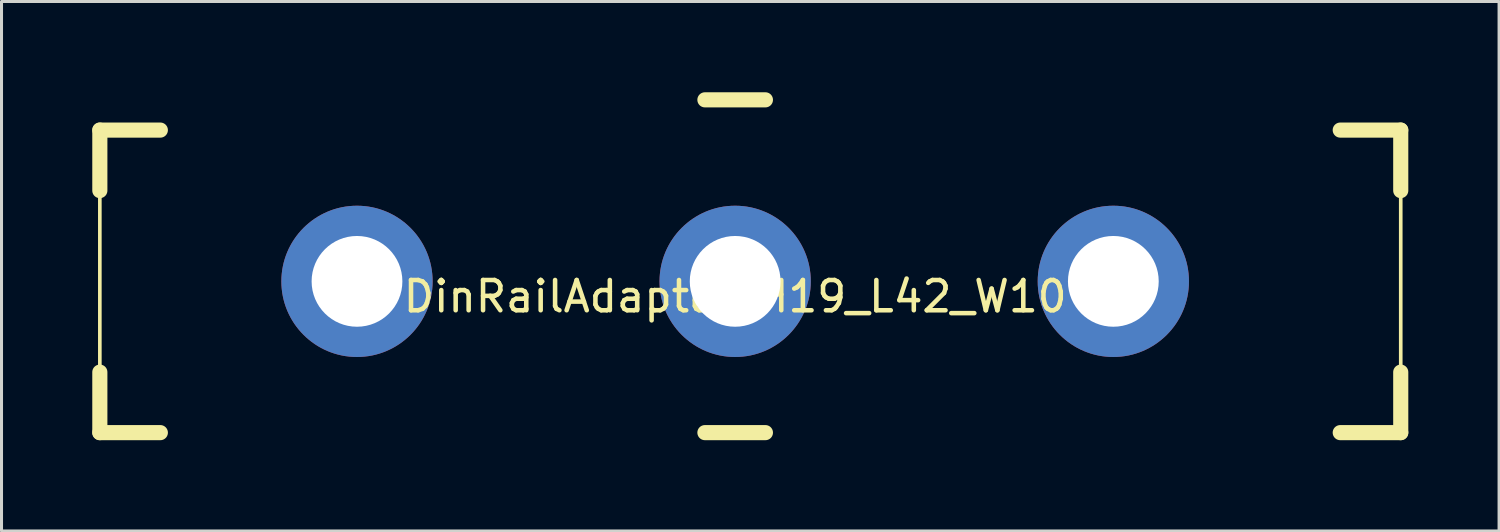
<source format=kicad_pcb>
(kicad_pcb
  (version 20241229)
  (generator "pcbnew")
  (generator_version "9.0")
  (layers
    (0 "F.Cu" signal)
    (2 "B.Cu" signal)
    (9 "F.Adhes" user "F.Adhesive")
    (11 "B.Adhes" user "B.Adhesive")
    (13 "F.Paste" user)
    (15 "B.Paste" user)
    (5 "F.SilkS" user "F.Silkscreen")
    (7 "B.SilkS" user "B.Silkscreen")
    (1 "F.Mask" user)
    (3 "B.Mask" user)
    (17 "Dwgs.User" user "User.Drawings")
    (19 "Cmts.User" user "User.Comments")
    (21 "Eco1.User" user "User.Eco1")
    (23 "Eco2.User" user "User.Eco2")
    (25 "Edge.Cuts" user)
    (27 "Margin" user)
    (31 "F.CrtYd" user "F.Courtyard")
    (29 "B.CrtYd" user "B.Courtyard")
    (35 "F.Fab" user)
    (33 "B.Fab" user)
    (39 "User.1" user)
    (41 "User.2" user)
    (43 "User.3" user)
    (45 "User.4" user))
  (footprint "DinRailAdapter_H19_L42_W10"
    (layer "F.Cu")
    (at 21.25 6.25)
    (property "Reference" "DinRailAdapter_H19_L42_W10" (at 0 0.5 0) (layer "F.SilkS") (effects (font (size 1 1) (thickness 0.15))))
    (attr through_hole)
    (fp_line (start -21 -5) (end -21 -3) (stroke (width 0.5) (type solid)) (layer "F.SilkS"))
    (fp_line (start -21 -5) (end -19 -5) (stroke (width 0.5) (type solid)) (layer "F.SilkS"))
    (fp_line (start -21 3) (end -21 5) (stroke (width 0.5) (type solid)) (layer "F.SilkS"))
    (fp_line (start -21 5) (end -21 -5) (stroke (width 0.12) (type solid)) (layer "F.SilkS"))
    (fp_line (start -19 5) (end -21 5) (stroke (width 0.5) (type solid)) (layer "F.SilkS"))
    (fp_line (start -1 -6) (end 1 -6) (stroke (width 0.5) (type solid)) (layer "F.SilkS"))
    (fp_line (start -1 5) (end 1 5) (stroke (width 0.5) (type solid)) (layer "F.SilkS"))
    (fp_line (start 20 -5) (end 22 -5) (stroke (width 0.12) (type solid)) (layer "F.SilkS"))
    (fp_line (start 20 -5) (end 22 -5) (stroke (width 0.5) (type solid)) (layer "F.SilkS"))
    (fp_line (start 22 -5) (end 22 -3) (stroke (width 0.12) (type solid)) (layer "F.SilkS"))
    (fp_line (start 22 -5) (end 22 5) (stroke (width 0.12) (type solid)) (layer "F.SilkS"))
    (fp_line (start 22 -3) (end 22 -5) (stroke (width 0.5) (type solid)) (layer "F.SilkS"))
    (fp_line (start 22 5) (end 20 5) (stroke (width 0.5) (type solid)) (layer "F.SilkS"))
    (fp_line (start 22 5) (end 22 3) (stroke (width 0.5) (type solid)) (layer "F.SilkS"))
    (pad "1" thru_hole circle (at -12.5 0) (size 5 5) (drill 3) (layers "*.Cu" "*.Mask"))
    (pad "2" thru_hole circle (at 0 0) (size 5 5) (drill 3) (layers "*.Cu" "*.Mask"))
    (pad "3" thru_hole circle (at 12.5 0) (size 5 5) (drill 3) (layers "*.Cu" "*.Mask")))
  (gr_rect
    (start -3 -3)
    (end 46.5 14.5)
    (stroke (width 0.1) (type default))
    (fill no)
    (layer "Edge.Cuts")))
</source>
